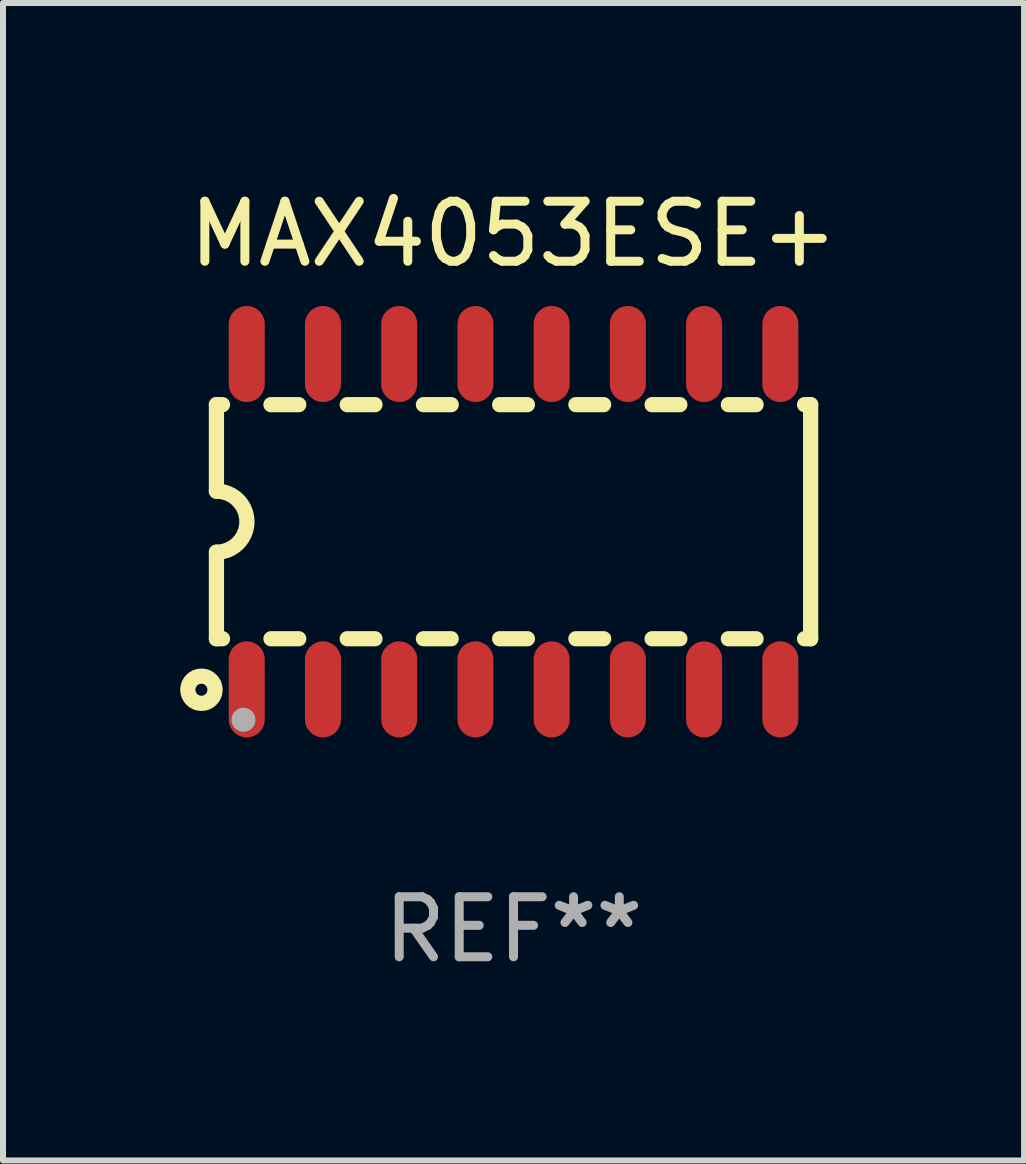
<source format=kicad_pcb>
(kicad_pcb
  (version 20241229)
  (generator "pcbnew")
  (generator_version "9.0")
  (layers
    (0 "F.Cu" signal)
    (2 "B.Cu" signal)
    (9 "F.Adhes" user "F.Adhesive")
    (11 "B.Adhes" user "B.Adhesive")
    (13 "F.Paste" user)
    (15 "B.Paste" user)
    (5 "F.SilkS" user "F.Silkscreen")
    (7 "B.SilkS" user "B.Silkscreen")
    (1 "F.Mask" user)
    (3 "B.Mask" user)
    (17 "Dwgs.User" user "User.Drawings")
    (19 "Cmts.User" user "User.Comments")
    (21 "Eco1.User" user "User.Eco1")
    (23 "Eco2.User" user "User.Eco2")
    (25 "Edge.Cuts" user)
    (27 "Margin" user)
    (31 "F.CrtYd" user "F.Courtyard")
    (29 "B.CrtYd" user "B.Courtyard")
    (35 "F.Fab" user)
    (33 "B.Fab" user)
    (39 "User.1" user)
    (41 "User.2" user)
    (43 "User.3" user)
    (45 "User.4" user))
  (footprint "MAX4053ESE+"
    (layer "F.Cu")
    (at 5.506 5.642)
    (property "Reference" "MAX4053ESE+" (at 0 -4.794 0) (layer "F.SilkS") (effects (font (size 1 1) (thickness 0.15))))
    (attr through_hole)
    (fp_line (start -4.95 -1.95) (end -4.95 -0.508) (stroke (width 0.254) (type solid)) (layer "F.SilkS"))
    (fp_line (start -4.95 -1.95) (end -4.849 -1.95) (stroke (width 0.254) (type solid)) (layer "F.SilkS"))
    (fp_line (start -4.95 1.95) (end -4.95 0.508) (stroke (width 0.254) (type solid)) (layer "F.SilkS"))
    (fp_line (start -4.95 1.95) (end -4.849 1.95) (stroke (width 0.254) (type solid)) (layer "F.SilkS"))
    (fp_line (start -4.041 -1.95) (end -3.579 -1.95) (stroke (width 0.254) (type solid)) (layer "F.SilkS"))
    (fp_line (start -4.041 1.95) (end -3.579 1.95) (stroke (width 0.254) (type solid)) (layer "F.SilkS"))
    (fp_line (start -2.771 -1.95) (end -2.309 -1.95) (stroke (width 0.254) (type solid)) (layer "F.SilkS"))
    (fp_line (start -2.771 1.95) (end -2.309 1.95) (stroke (width 0.254) (type solid)) (layer "F.SilkS"))
    (fp_line (start -1.501 -1.95) (end -1.039 -1.95) (stroke (width 0.254) (type solid)) (layer "F.SilkS"))
    (fp_line (start -1.501 1.95) (end -1.039 1.95) (stroke (width 0.254) (type solid)) (layer "F.SilkS"))
    (fp_line (start -0.231 -1.95) (end 0.231 -1.95) (stroke (width 0.254) (type solid)) (layer "F.SilkS"))
    (fp_line (start -0.231 1.95) (end 0.231 1.95) (stroke (width 0.254) (type solid)) (layer "F.SilkS"))
    (fp_line (start 1.039 -1.95) (end 1.501 -1.95) (stroke (width 0.254) (type solid)) (layer "F.SilkS"))
    (fp_line (start 1.039 1.95) (end 1.501 1.95) (stroke (width 0.254) (type solid)) (layer "F.SilkS"))
    (fp_line (start 2.309 -1.95) (end 2.771 -1.95) (stroke (width 0.254) (type solid)) (layer "F.SilkS"))
    (fp_line (start 2.309 1.95) (end 2.771 1.95) (stroke (width 0.254) (type solid)) (layer "F.SilkS"))
    (fp_line (start 3.579 -1.95) (end 4.041 -1.95) (stroke (width 0.254) (type solid)) (layer "F.SilkS"))
    (fp_line (start 3.579 1.95) (end 4.041 1.95) (stroke (width 0.254) (type solid)) (layer "F.SilkS"))
    (fp_line (start 4.849 -1.95) (end 4.95 -1.95) (stroke (width 0.254) (type solid)) (layer "F.SilkS"))
    (fp_line (start 4.849 1.95) (end 4.95 1.95) (stroke (width 0.254) (type solid)) (layer "F.SilkS"))
    (fp_line (start 4.95 -1.95) (end 4.95 1.95) (stroke (width 0.254) (type solid)) (layer "F.SilkS"))
    (fp_arc (start -4.95047 -0.508001) (mid -4.442469 -0.000228) (end -4.950013 0.508001) (stroke (width 0.254001) (type solid)) (layer "F.SilkS"))
    (fp_circle (center -5.2 2.8) (end -5.1 2.8) (stroke (width 0.254) (type solid)) (fill no) (layer "F.SilkS"))
    (fp_circle (center -4.95 2.947) (end -4.92 2.947) (stroke (width 0.06) (type solid)) (fill no) (layer "F.SilkS"))
    (fp_circle (center -4.5 3.3) (end -4.4 3.3) (stroke (width 0.2) (type solid)) (fill no) (layer "F.Fab"))
    (fp_text user "REF**" (at 0 6.794 0) (layer "F.Fab") (effects (font (size 1 1) (thickness 0.15))))
    (pad "1" smd oval (at -4.445 2.794) (size 0.6 1.6) (layers "F.Cu" "F.Mask" "F.Paste"))
    (pad "2" smd oval (at -3.175 2.794) (size 0.6 1.6) (layers "F.Cu" "F.Mask" "F.Paste"))
    (pad "3" smd oval (at -1.905 2.794) (size 0.6 1.6) (layers "F.Cu" "F.Mask" "F.Paste"))
    (pad "4" smd oval (at -0.635 2.794) (size 0.6 1.6) (layers "F.Cu" "F.Mask" "F.Paste"))
    (pad "5" smd oval (at 0.635 2.794) (size 0.6 1.6) (layers "F.Cu" "F.Mask" "F.Paste"))
    (pad "6" smd oval (at 1.905 2.794) (size 0.6 1.6) (layers "F.Cu" "F.Mask" "F.Paste"))
    (pad "7" smd oval (at 3.175 2.794) (size 0.6 1.6) (layers "F.Cu" "F.Mask" "F.Paste"))
    (pad "8" smd oval (at 4.445 2.794) (size 0.6 1.6) (layers "F.Cu" "F.Mask" "F.Paste"))
    (pad "9" smd oval (at 4.445 -2.794) (size 0.6 1.6) (layers "F.Cu" "F.Mask" "F.Paste"))
    (pad "10" smd oval (at 3.175 -2.794) (size 0.6 1.6) (layers "F.Cu" "F.Mask" "F.Paste"))
    (pad "11" smd oval (at 1.905 -2.794) (size 0.6 1.6) (layers "F.Cu" "F.Mask" "F.Paste"))
    (pad "12" smd oval (at 0.635 -2.794) (size 0.6 1.6) (layers "F.Cu" "F.Mask" "F.Paste"))
    (pad "13" smd oval (at -0.635 -2.794) (size 0.6 1.6) (layers "F.Cu" "F.Mask" "F.Paste"))
    (pad "14" smd oval (at -1.905 -2.794) (size 0.6 1.6) (layers "F.Cu" "F.Mask" "F.Paste"))
    (pad "15" smd oval (at -3.175 -2.794) (size 0.6 1.6) (layers "F.Cu" "F.Mask" "F.Paste"))
    (pad "16" smd oval (at -4.445 -2.794) (size 0.6 1.6) (layers "F.Cu" "F.Mask" "F.Paste")))
  (gr_rect
    (start -3 -3)
    (end 14.012 16.285)
    (stroke (width 0.1) (type default))
    (fill no)
    (layer "Edge.Cuts")))
</source>
